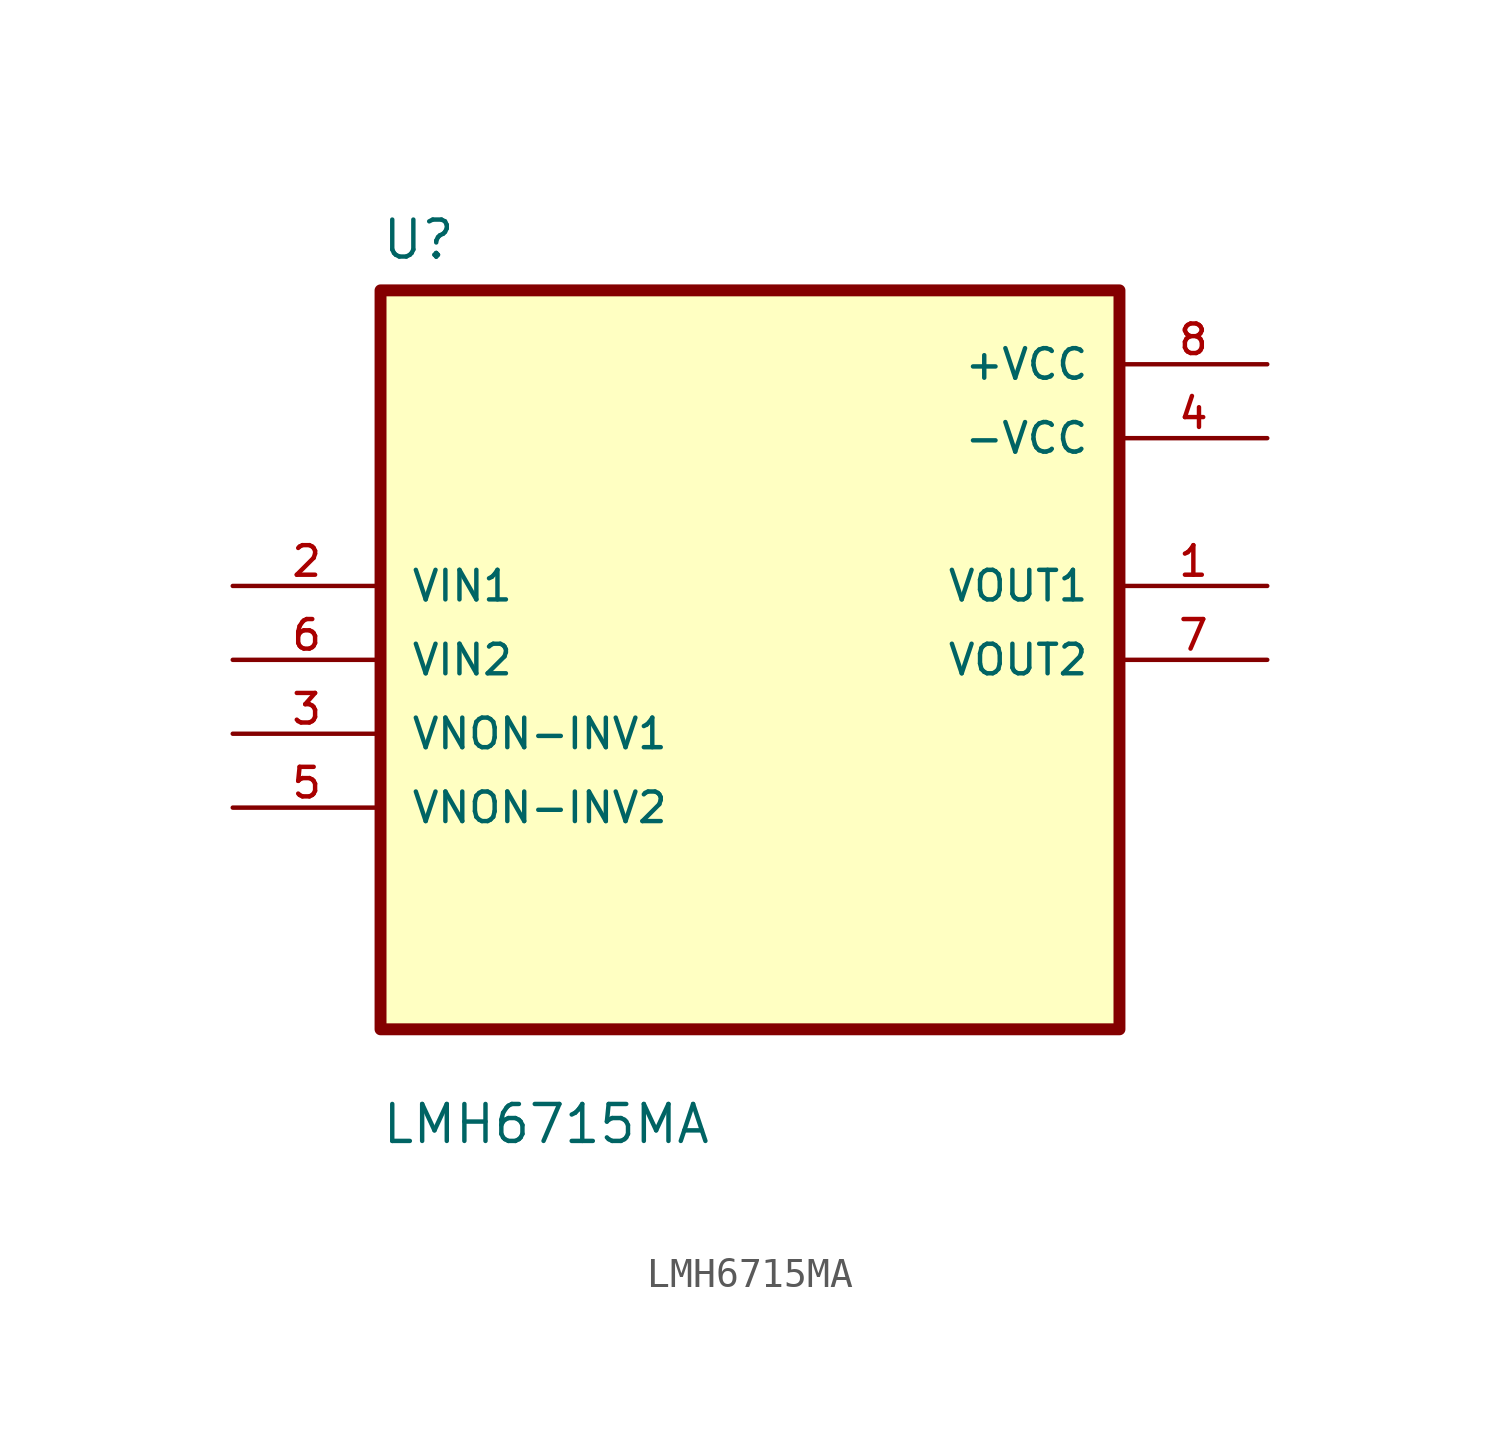
<source format=kicad_sym>
(kicad_symbol_lib
  (version 20211014)
  (generator kicad_symbol_editor)
  (symbol "LMH6715MA"
    (pin_names
      (offset 1.016))
    (property "Reference" "U"
      (at -12.7 13.7 0.0)
      (effects (font (size 1.27 1.27)) (justify bottom left)))
    (property "Value" "LMH6715MA"
      (at -12.7 -16.7 0.0)
      (effects (font (size 1.27 1.27)) (justify bottom left)))
    (symbol "LMH6715MA_0_0"
      (rectangle (start -12.7 -12.7) (end 12.7 12.7) (stroke (width 0.41)) (fill (type background)))
      (pin input line (at -17.78 2.54 0) (length 5.08) (name "VIN1" (effects (font (size 1.016 1.016)))) (number "2" (effects (font (size 1.016 1.016)))))
      (pin input line (at -17.78 -8.88178e-16 0) (length 5.08) (name "VIN2" (effects (font (size 1.016 1.016)))) (number "6" (effects (font (size 1.016 1.016)))))
      (pin input line (at -17.78 -2.54 0) (length 5.08) (name "VNON-INV1" (effects (font (size 1.016 1.016)))) (number "3" (effects (font (size 1.016 1.016)))))
      (pin input line (at -17.78 -5.08 0) (length 5.08) (name "VNON-INV2" (effects (font (size 1.016 1.016)))) (number "5" (effects (font (size 1.016 1.016)))))
      (pin power_in line (at 17.78 10.16 180.0) (length 5.08) (name "+VCC" (effects (font (size 1.016 1.016)))) (number "8" (effects (font (size 1.016 1.016)))))
      (pin power_in line (at 17.78 7.62 180.0) (length 5.08) (name "-VCC" (effects (font (size 1.016 1.016)))) (number "4" (effects (font (size 1.016 1.016)))))
      (pin output line (at 17.78 2.54 180.0) (length 5.08) (name "VOUT1" (effects (font (size 1.016 1.016)))) (number "1" (effects (font (size 1.016 1.016)))))
      (pin output line (at 17.78 0.0 180.0) (length 5.08) (name "VOUT2" (effects (font (size 1.016 1.016)))) (number "7" (effects (font (size 1.016 1.016))))))))
</source>
